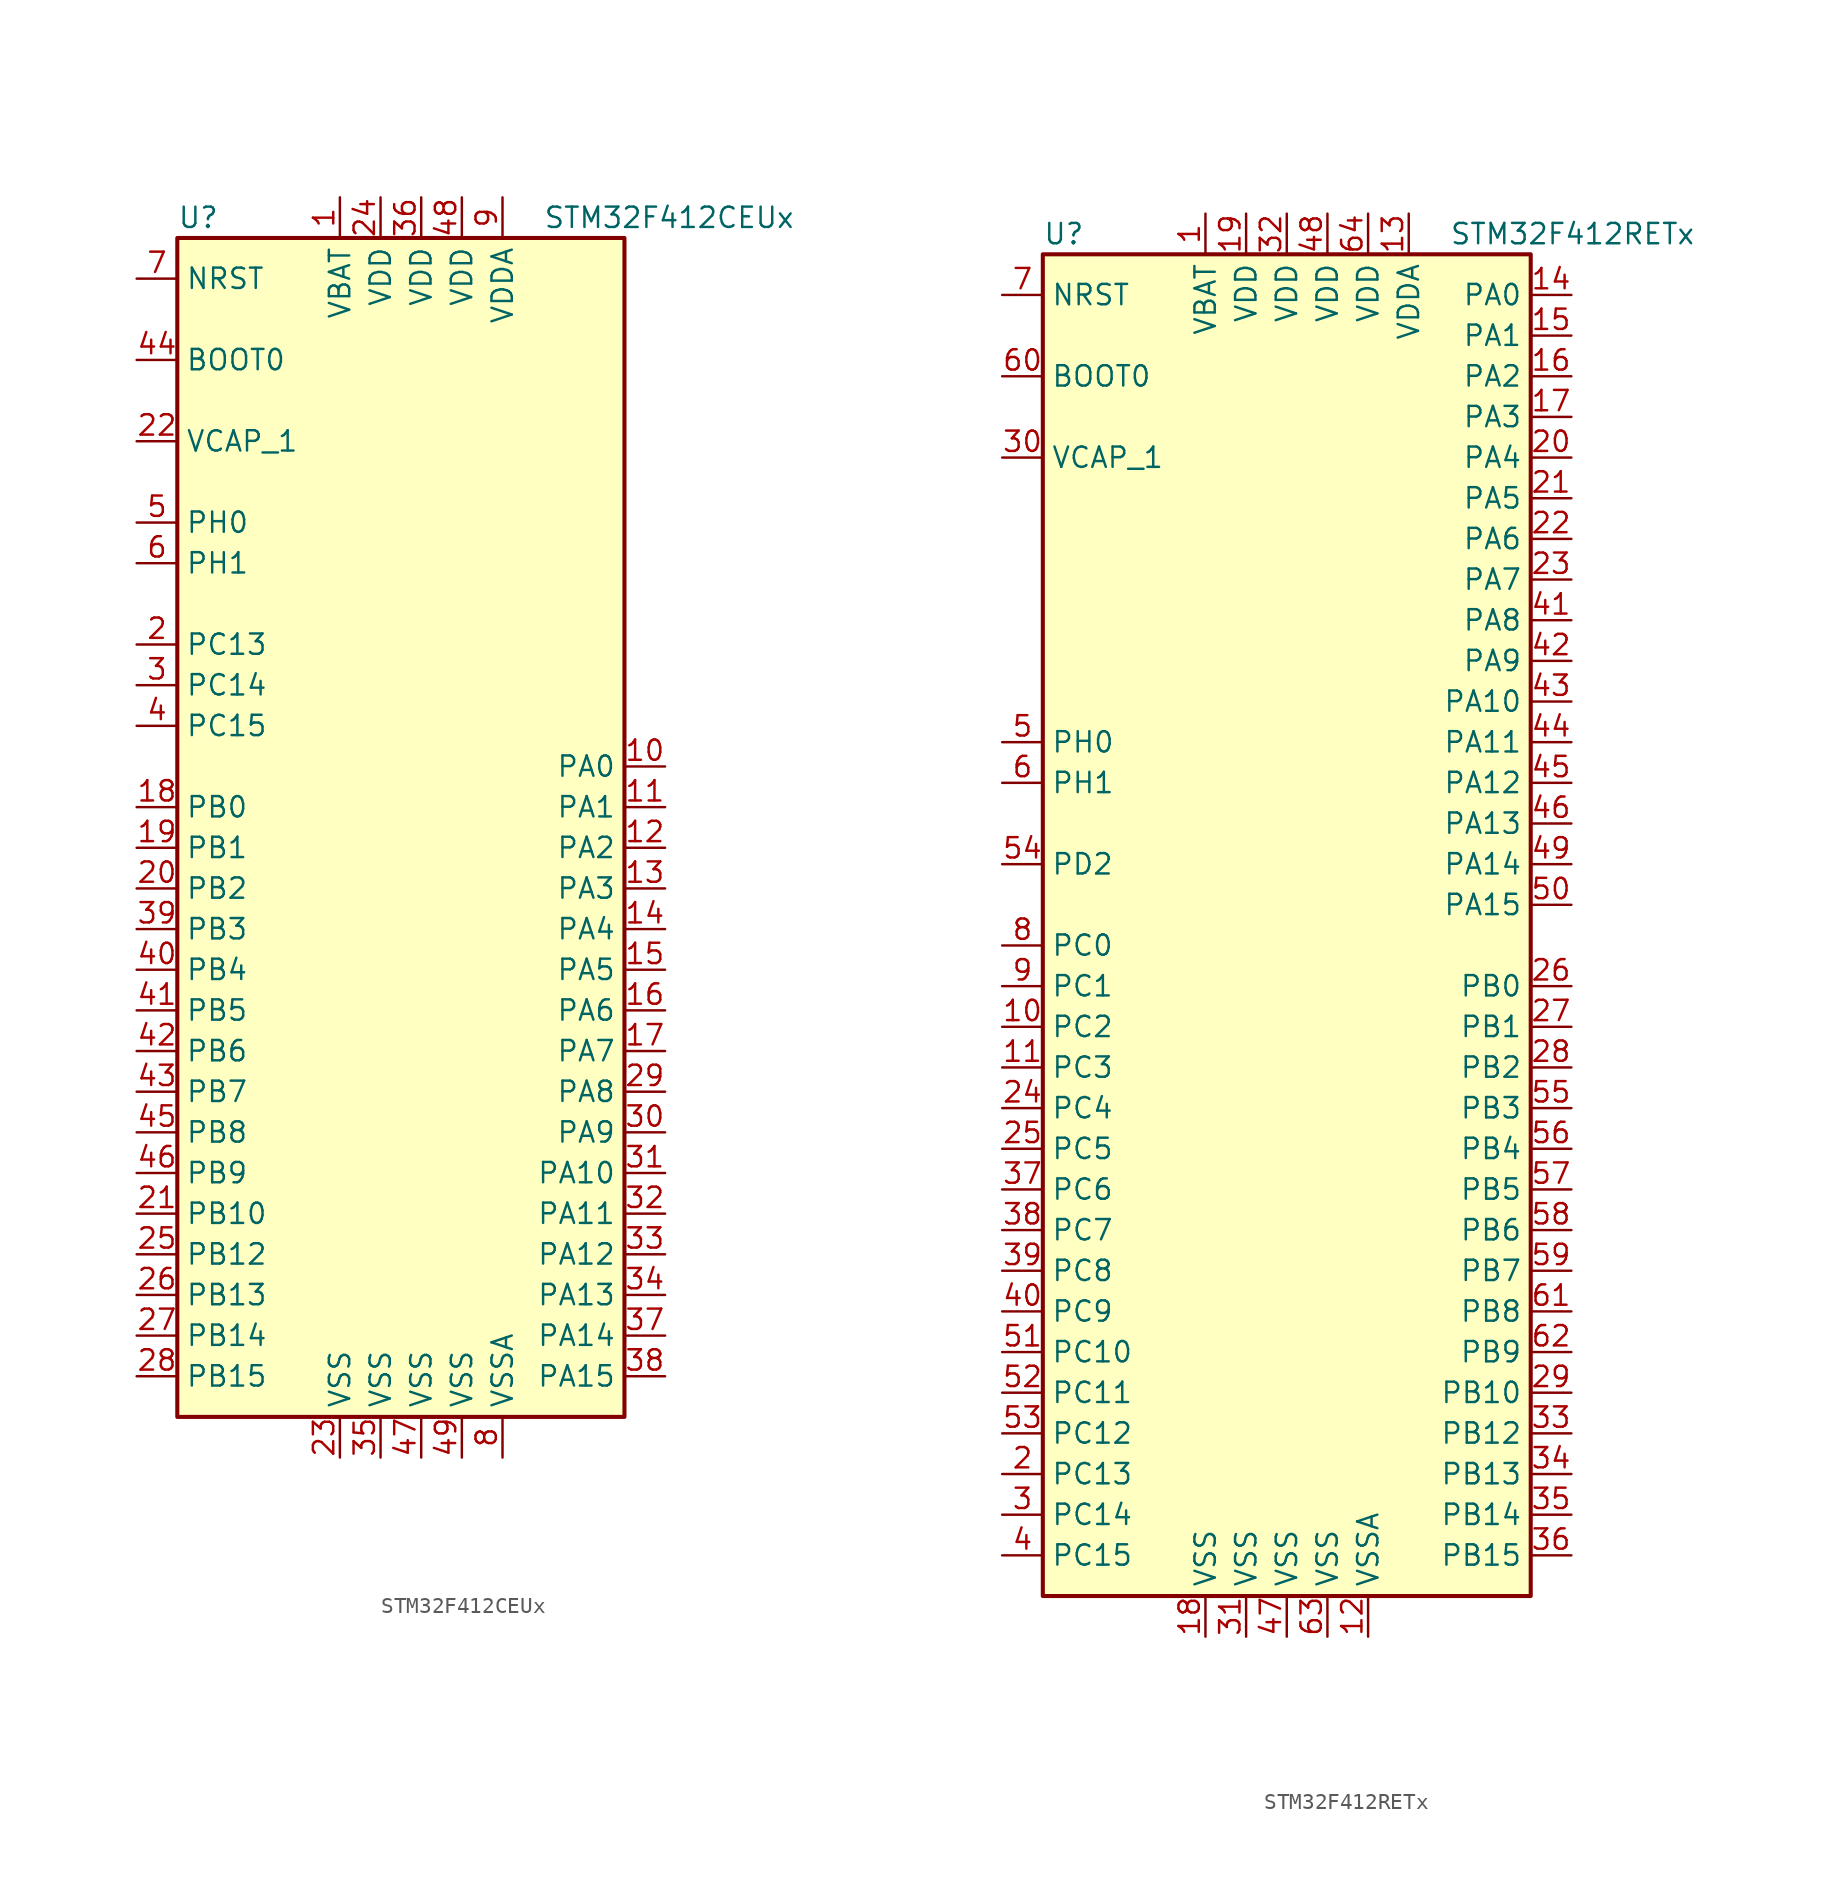
<source format=kicad_sym>
(kicad_symbol_lib
  (version 20201005)
  (generator kicad_symbol_editor)
  (symbol "STM32F412CEUx"
    (property "Reference" "U"
      (at -15.24 36.83 0)
      (effects (font (size 1.27 1.27)) (justify left)))
    (property "Value" "STM32F412CEUx"
      (at 7.62 36.83 0)
      (effects (font (size 1.27 1.27)) (justify left)))
    (symbol "STM32F412CEUx_0_1"
      (rectangle (start -15.24 -38.1) (end 12.7 35.56) (stroke (width 0.254)) (fill (type background))))
    (symbol "STM32F412CEUx_1_1"
      (pin power_in line (at -5.08 38.1 270) (length 2.54) (name "VBAT" (effects (font (size 1.27 1.27)))) (number "1" (effects (font (size 1.27 1.27)))))
      (pin bidirectional line (at 15.24 2.54 180) (length 2.54) (name "PA0" (effects (font (size 1.27 1.27)))) (number "10" (effects (font (size 1.27 1.27)))))
      (pin bidirectional line (at 15.24 0 180) (length 2.54) (name "PA1" (effects (font (size 1.27 1.27)))) (number "11" (effects (font (size 1.27 1.27)))))
      (pin bidirectional line (at 15.24 -2.54 180) (length 2.54) (name "PA2" (effects (font (size 1.27 1.27)))) (number "12" (effects (font (size 1.27 1.27)))))
      (pin bidirectional line (at 15.24 -5.08 180) (length 2.54) (name "PA3" (effects (font (size 1.27 1.27)))) (number "13" (effects (font (size 1.27 1.27)))))
      (pin bidirectional line (at 15.24 -7.62 180) (length 2.54) (name "PA4" (effects (font (size 1.27 1.27)))) (number "14" (effects (font (size 1.27 1.27)))))
      (pin bidirectional line (at 15.24 -10.16 180) (length 2.54) (name "PA5" (effects (font (size 1.27 1.27)))) (number "15" (effects (font (size 1.27 1.27)))))
      (pin bidirectional line (at 15.24 -12.7 180) (length 2.54) (name "PA6" (effects (font (size 1.27 1.27)))) (number "16" (effects (font (size 1.27 1.27)))))
      (pin bidirectional line (at 15.24 -15.24 180) (length 2.54) (name "PA7" (effects (font (size 1.27 1.27)))) (number "17" (effects (font (size 1.27 1.27)))))
      (pin bidirectional line (at -17.78 0 0) (length 2.54) (name "PB0" (effects (font (size 1.27 1.27)))) (number "18" (effects (font (size 1.27 1.27)))))
      (pin bidirectional line (at -17.78 -2.54 0) (length 2.54) (name "PB1" (effects (font (size 1.27 1.27)))) (number "19" (effects (font (size 1.27 1.27)))))
      (pin bidirectional line (at -17.78 10.16 0) (length 2.54) (name "PC13" (effects (font (size 1.27 1.27)))) (number "2" (effects (font (size 1.27 1.27)))))
      (pin bidirectional line (at -17.78 -5.08 0) (length 2.54) (name "PB2" (effects (font (size 1.27 1.27)))) (number "20" (effects (font (size 1.27 1.27)))))
      (pin bidirectional line (at -17.78 -25.4 0) (length 2.54) (name "PB10" (effects (font (size 1.27 1.27)))) (number "21" (effects (font (size 1.27 1.27)))))
      (pin power_in line (at -17.78 22.86 0) (length 2.54) (name "VCAP_1" (effects (font (size 1.27 1.27)))) (number "22" (effects (font (size 1.27 1.27)))))
      (pin power_in line (at -5.08 -40.64 90) (length 2.54) (name "VSS" (effects (font (size 1.27 1.27)))) (number "23" (effects (font (size 1.27 1.27)))))
      (pin power_in line (at -2.54 38.1 270) (length 2.54) (name "VDD" (effects (font (size 1.27 1.27)))) (number "24" (effects (font (size 1.27 1.27)))))
      (pin bidirectional line (at -17.78 -27.94 0) (length 2.54) (name "PB12" (effects (font (size 1.27 1.27)))) (number "25" (effects (font (size 1.27 1.27)))))
      (pin bidirectional line (at -17.78 -30.48 0) (length 2.54) (name "PB13" (effects (font (size 1.27 1.27)))) (number "26" (effects (font (size 1.27 1.27)))))
      (pin bidirectional line (at -17.78 -33.02 0) (length 2.54) (name "PB14" (effects (font (size 1.27 1.27)))) (number "27" (effects (font (size 1.27 1.27)))))
      (pin bidirectional line (at -17.78 -35.56 0) (length 2.54) (name "PB15" (effects (font (size 1.27 1.27)))) (number "28" (effects (font (size 1.27 1.27)))))
      (pin bidirectional line (at 15.24 -17.78 180) (length 2.54) (name "PA8" (effects (font (size 1.27 1.27)))) (number "29" (effects (font (size 1.27 1.27)))))
      (pin bidirectional line (at -17.78 7.62 0) (length 2.54) (name "PC14" (effects (font (size 1.27 1.27)))) (number "3" (effects (font (size 1.27 1.27)))))
      (pin bidirectional line (at 15.24 -20.32 180) (length 2.54) (name "PA9" (effects (font (size 1.27 1.27)))) (number "30" (effects (font (size 1.27 1.27)))))
      (pin bidirectional line (at 15.24 -22.86 180) (length 2.54) (name "PA10" (effects (font (size 1.27 1.27)))) (number "31" (effects (font (size 1.27 1.27)))))
      (pin bidirectional line (at 15.24 -25.4 180) (length 2.54) (name "PA11" (effects (font (size 1.27 1.27)))) (number "32" (effects (font (size 1.27 1.27)))))
      (pin bidirectional line (at 15.24 -27.94 180) (length 2.54) (name "PA12" (effects (font (size 1.27 1.27)))) (number "33" (effects (font (size 1.27 1.27)))))
      (pin bidirectional line (at 15.24 -30.48 180) (length 2.54) (name "PA13" (effects (font (size 1.27 1.27)))) (number "34" (effects (font (size 1.27 1.27)))))
      (pin power_in line (at -2.54 -40.64 90) (length 2.54) (name "VSS" (effects (font (size 1.27 1.27)))) (number "35" (effects (font (size 1.27 1.27)))))
      (pin power_in line (at 0 38.1 270) (length 2.54) (name "VDD" (effects (font (size 1.27 1.27)))) (number "36" (effects (font (size 1.27 1.27)))))
      (pin bidirectional line (at 15.24 -33.02 180) (length 2.54) (name "PA14" (effects (font (size 1.27 1.27)))) (number "37" (effects (font (size 1.27 1.27)))))
      (pin bidirectional line (at 15.24 -35.56 180) (length 2.54) (name "PA15" (effects (font (size 1.27 1.27)))) (number "38" (effects (font (size 1.27 1.27)))))
      (pin bidirectional line (at -17.78 -7.62 0) (length 2.54) (name "PB3" (effects (font (size 1.27 1.27)))) (number "39" (effects (font (size 1.27 1.27)))))
      (pin bidirectional line (at -17.78 5.08 0) (length 2.54) (name "PC15" (effects (font (size 1.27 1.27)))) (number "4" (effects (font (size 1.27 1.27)))))
      (pin bidirectional line (at -17.78 -10.16 0) (length 2.54) (name "PB4" (effects (font (size 1.27 1.27)))) (number "40" (effects (font (size 1.27 1.27)))))
      (pin bidirectional line (at -17.78 -12.7 0) (length 2.54) (name "PB5" (effects (font (size 1.27 1.27)))) (number "41" (effects (font (size 1.27 1.27)))))
      (pin bidirectional line (at -17.78 -15.24 0) (length 2.54) (name "PB6" (effects (font (size 1.27 1.27)))) (number "42" (effects (font (size 1.27 1.27)))))
      (pin bidirectional line (at -17.78 -17.78 0) (length 2.54) (name "PB7" (effects (font (size 1.27 1.27)))) (number "43" (effects (font (size 1.27 1.27)))))
      (pin input line (at -17.78 27.94 0) (length 2.54) (name "BOOT0" (effects (font (size 1.27 1.27)))) (number "44" (effects (font (size 1.27 1.27)))))
      (pin bidirectional line (at -17.78 -20.32 0) (length 2.54) (name "PB8" (effects (font (size 1.27 1.27)))) (number "45" (effects (font (size 1.27 1.27)))))
      (pin bidirectional line (at -17.78 -22.86 0) (length 2.54) (name "PB9" (effects (font (size 1.27 1.27)))) (number "46" (effects (font (size 1.27 1.27)))))
      (pin power_in line (at 0 -40.64 90) (length 2.54) (name "VSS" (effects (font (size 1.27 1.27)))) (number "47" (effects (font (size 1.27 1.27)))))
      (pin power_in line (at 2.54 38.1 270) (length 2.54) (name "VDD" (effects (font (size 1.27 1.27)))) (number "48" (effects (font (size 1.27 1.27)))))
      (pin power_in line (at 2.54 -40.64 90) (length 2.54) (name "VSS" (effects (font (size 1.27 1.27)))) (number "49" (effects (font (size 1.27 1.27)))))
      (pin input line (at -17.78 17.78 0) (length 2.54) (name "PH0" (effects (font (size 1.27 1.27)))) (number "5" (effects (font (size 1.27 1.27)))))
      (pin input line (at -17.78 15.24 0) (length 2.54) (name "PH1" (effects (font (size 1.27 1.27)))) (number "6" (effects (font (size 1.27 1.27)))))
      (pin input line (at -17.78 33.02 0) (length 2.54) (name "NRST" (effects (font (size 1.27 1.27)))) (number "7" (effects (font (size 1.27 1.27)))))
      (pin power_in line (at 5.08 -40.64 90) (length 2.54) (name "VSSA" (effects (font (size 1.27 1.27)))) (number "8" (effects (font (size 1.27 1.27)))))
      (pin power_in line (at 5.08 38.1 270) (length 2.54) (name "VDDA" (effects (font (size 1.27 1.27)))) (number "9" (effects (font (size 1.27 1.27)))))))
  (symbol "STM32F412RETx"
    (property "Reference" "U"
      (at -15.24 41.91 0)
      (effects (font (size 1.27 1.27)) (justify left)))
    (property "Value" "STM32F412RETx"
      (at 10.16 41.91 0)
      (effects (font (size 1.27 1.27)) (justify left)))
    (symbol "STM32F412RETx_0_1"
      (rectangle (start -15.24 -43.18) (end 15.24 40.64) (stroke (width 0.254)) (fill (type background))))
    (symbol "STM32F412RETx_1_1"
      (pin power_in line (at -5.08 43.18 270) (length 2.54) (name "VBAT" (effects (font (size 1.27 1.27)))) (number "1" (effects (font (size 1.27 1.27)))))
      (pin bidirectional line (at -17.78 -7.62 0) (length 2.54) (name "PC2" (effects (font (size 1.27 1.27)))) (number "10" (effects (font (size 1.27 1.27)))))
      (pin bidirectional line (at -17.78 -10.16 0) (length 2.54) (name "PC3" (effects (font (size 1.27 1.27)))) (number "11" (effects (font (size 1.27 1.27)))))
      (pin power_in line (at 5.08 -45.72 90) (length 2.54) (name "VSSA" (effects (font (size 1.27 1.27)))) (number "12" (effects (font (size 1.27 1.27)))))
      (pin power_in line (at 7.62 43.18 270) (length 2.54) (name "VDDA" (effects (font (size 1.27 1.27)))) (number "13" (effects (font (size 1.27 1.27)))))
      (pin bidirectional line (at 17.78 38.1 180) (length 2.54) (name "PA0" (effects (font (size 1.27 1.27)))) (number "14" (effects (font (size 1.27 1.27)))))
      (pin bidirectional line (at 17.78 35.56 180) (length 2.54) (name "PA1" (effects (font (size 1.27 1.27)))) (number "15" (effects (font (size 1.27 1.27)))))
      (pin bidirectional line (at 17.78 33.02 180) (length 2.54) (name "PA2" (effects (font (size 1.27 1.27)))) (number "16" (effects (font (size 1.27 1.27)))))
      (pin bidirectional line (at 17.78 30.48 180) (length 2.54) (name "PA3" (effects (font (size 1.27 1.27)))) (number "17" (effects (font (size 1.27 1.27)))))
      (pin power_in line (at -5.08 -45.72 90) (length 2.54) (name "VSS" (effects (font (size 1.27 1.27)))) (number "18" (effects (font (size 1.27 1.27)))))
      (pin power_in line (at -2.54 43.18 270) (length 2.54) (name "VDD" (effects (font (size 1.27 1.27)))) (number "19" (effects (font (size 1.27 1.27)))))
      (pin bidirectional line (at -17.78 -35.56 0) (length 2.54) (name "PC13" (effects (font (size 1.27 1.27)))) (number "2" (effects (font (size 1.27 1.27)))))
      (pin bidirectional line (at 17.78 27.94 180) (length 2.54) (name "PA4" (effects (font (size 1.27 1.27)))) (number "20" (effects (font (size 1.27 1.27)))))
      (pin bidirectional line (at 17.78 25.4 180) (length 2.54) (name "PA5" (effects (font (size 1.27 1.27)))) (number "21" (effects (font (size 1.27 1.27)))))
      (pin bidirectional line (at 17.78 22.86 180) (length 2.54) (name "PA6" (effects (font (size 1.27 1.27)))) (number "22" (effects (font (size 1.27 1.27)))))
      (pin bidirectional line (at 17.78 20.32 180) (length 2.54) (name "PA7" (effects (font (size 1.27 1.27)))) (number "23" (effects (font (size 1.27 1.27)))))
      (pin bidirectional line (at -17.78 -12.7 0) (length 2.54) (name "PC4" (effects (font (size 1.27 1.27)))) (number "24" (effects (font (size 1.27 1.27)))))
      (pin bidirectional line (at -17.78 -15.24 0) (length 2.54) (name "PC5" (effects (font (size 1.27 1.27)))) (number "25" (effects (font (size 1.27 1.27)))))
      (pin bidirectional line (at 17.78 -5.08 180) (length 2.54) (name "PB0" (effects (font (size 1.27 1.27)))) (number "26" (effects (font (size 1.27 1.27)))))
      (pin bidirectional line (at 17.78 -7.62 180) (length 2.54) (name "PB1" (effects (font (size 1.27 1.27)))) (number "27" (effects (font (size 1.27 1.27)))))
      (pin bidirectional line (at 17.78 -10.16 180) (length 2.54) (name "PB2" (effects (font (size 1.27 1.27)))) (number "28" (effects (font (size 1.27 1.27)))))
      (pin bidirectional line (at 17.78 -30.48 180) (length 2.54) (name "PB10" (effects (font (size 1.27 1.27)))) (number "29" (effects (font (size 1.27 1.27)))))
      (pin bidirectional line (at -17.78 -38.1 0) (length 2.54) (name "PC14" (effects (font (size 1.27 1.27)))) (number "3" (effects (font (size 1.27 1.27)))))
      (pin power_in line (at -17.78 27.94 0) (length 2.54) (name "VCAP_1" (effects (font (size 1.27 1.27)))) (number "30" (effects (font (size 1.27 1.27)))))
      (pin power_in line (at -2.54 -45.72 90) (length 2.54) (name "VSS" (effects (font (size 1.27 1.27)))) (number "31" (effects (font (size 1.27 1.27)))))
      (pin power_in line (at 0 43.18 270) (length 2.54) (name "VDD" (effects (font (size 1.27 1.27)))) (number "32" (effects (font (size 1.27 1.27)))))
      (pin bidirectional line (at 17.78 -33.02 180) (length 2.54) (name "PB12" (effects (font (size 1.27 1.27)))) (number "33" (effects (font (size 1.27 1.27)))))
      (pin bidirectional line (at 17.78 -35.56 180) (length 2.54) (name "PB13" (effects (font (size 1.27 1.27)))) (number "34" (effects (font (size 1.27 1.27)))))
      (pin bidirectional line (at 17.78 -38.1 180) (length 2.54) (name "PB14" (effects (font (size 1.27 1.27)))) (number "35" (effects (font (size 1.27 1.27)))))
      (pin bidirectional line (at 17.78 -40.64 180) (length 2.54) (name "PB15" (effects (font (size 1.27 1.27)))) (number "36" (effects (font (size 1.27 1.27)))))
      (pin bidirectional line (at -17.78 -17.78 0) (length 2.54) (name "PC6" (effects (font (size 1.27 1.27)))) (number "37" (effects (font (size 1.27 1.27)))))
      (pin bidirectional line (at -17.78 -20.32 0) (length 2.54) (name "PC7" (effects (font (size 1.27 1.27)))) (number "38" (effects (font (size 1.27 1.27)))))
      (pin bidirectional line (at -17.78 -22.86 0) (length 2.54) (name "PC8" (effects (font (size 1.27 1.27)))) (number "39" (effects (font (size 1.27 1.27)))))
      (pin bidirectional line (at -17.78 -40.64 0) (length 2.54) (name "PC15" (effects (font (size 1.27 1.27)))) (number "4" (effects (font (size 1.27 1.27)))))
      (pin bidirectional line (at -17.78 -25.4 0) (length 2.54) (name "PC9" (effects (font (size 1.27 1.27)))) (number "40" (effects (font (size 1.27 1.27)))))
      (pin bidirectional line (at 17.78 17.78 180) (length 2.54) (name "PA8" (effects (font (size 1.27 1.27)))) (number "41" (effects (font (size 1.27 1.27)))))
      (pin bidirectional line (at 17.78 15.24 180) (length 2.54) (name "PA9" (effects (font (size 1.27 1.27)))) (number "42" (effects (font (size 1.27 1.27)))))
      (pin bidirectional line (at 17.78 12.7 180) (length 2.54) (name "PA10" (effects (font (size 1.27 1.27)))) (number "43" (effects (font (size 1.27 1.27)))))
      (pin bidirectional line (at 17.78 10.16 180) (length 2.54) (name "PA11" (effects (font (size 1.27 1.27)))) (number "44" (effects (font (size 1.27 1.27)))))
      (pin bidirectional line (at 17.78 7.62 180) (length 2.54) (name "PA12" (effects (font (size 1.27 1.27)))) (number "45" (effects (font (size 1.27 1.27)))))
      (pin bidirectional line (at 17.78 5.08 180) (length 2.54) (name "PA13" (effects (font (size 1.27 1.27)))) (number "46" (effects (font (size 1.27 1.27)))))
      (pin power_in line (at 0 -45.72 90) (length 2.54) (name "VSS" (effects (font (size 1.27 1.27)))) (number "47" (effects (font (size 1.27 1.27)))))
      (pin power_in line (at 2.54 43.18 270) (length 2.54) (name "VDD" (effects (font (size 1.27 1.27)))) (number "48" (effects (font (size 1.27 1.27)))))
      (pin bidirectional line (at 17.78 2.54 180) (length 2.54) (name "PA14" (effects (font (size 1.27 1.27)))) (number "49" (effects (font (size 1.27 1.27)))))
      (pin input line (at -17.78 10.16 0) (length 2.54) (name "PH0" (effects (font (size 1.27 1.27)))) (number "5" (effects (font (size 1.27 1.27)))))
      (pin bidirectional line (at 17.78 0 180) (length 2.54) (name "PA15" (effects (font (size 1.27 1.27)))) (number "50" (effects (font (size 1.27 1.27)))))
      (pin bidirectional line (at -17.78 -27.94 0) (length 2.54) (name "PC10" (effects (font (size 1.27 1.27)))) (number "51" (effects (font (size 1.27 1.27)))))
      (pin bidirectional line (at -17.78 -30.48 0) (length 2.54) (name "PC11" (effects (font (size 1.27 1.27)))) (number "52" (effects (font (size 1.27 1.27)))))
      (pin bidirectional line (at -17.78 -33.02 0) (length 2.54) (name "PC12" (effects (font (size 1.27 1.27)))) (number "53" (effects (font (size 1.27 1.27)))))
      (pin bidirectional line (at -17.78 2.54 0) (length 2.54) (name "PD2" (effects (font (size 1.27 1.27)))) (number "54" (effects (font (size 1.27 1.27)))))
      (pin bidirectional line (at 17.78 -12.7 180) (length 2.54) (name "PB3" (effects (font (size 1.27 1.27)))) (number "55" (effects (font (size 1.27 1.27)))))
      (pin bidirectional line (at 17.78 -15.24 180) (length 2.54) (name "PB4" (effects (font (size 1.27 1.27)))) (number "56" (effects (font (size 1.27 1.27)))))
      (pin bidirectional line (at 17.78 -17.78 180) (length 2.54) (name "PB5" (effects (font (size 1.27 1.27)))) (number "57" (effects (font (size 1.27 1.27)))))
      (pin bidirectional line (at 17.78 -20.32 180) (length 2.54) (name "PB6" (effects (font (size 1.27 1.27)))) (number "58" (effects (font (size 1.27 1.27)))))
      (pin bidirectional line (at 17.78 -22.86 180) (length 2.54) (name "PB7" (effects (font (size 1.27 1.27)))) (number "59" (effects (font (size 1.27 1.27)))))
      (pin input line (at -17.78 7.62 0) (length 2.54) (name "PH1" (effects (font (size 1.27 1.27)))) (number "6" (effects (font (size 1.27 1.27)))))
      (pin input line (at -17.78 33.02 0) (length 2.54) (name "BOOT0" (effects (font (size 1.27 1.27)))) (number "60" (effects (font (size 1.27 1.27)))))
      (pin bidirectional line (at 17.78 -25.4 180) (length 2.54) (name "PB8" (effects (font (size 1.27 1.27)))) (number "61" (effects (font (size 1.27 1.27)))))
      (pin bidirectional line (at 17.78 -27.94 180) (length 2.54) (name "PB9" (effects (font (size 1.27 1.27)))) (number "62" (effects (font (size 1.27 1.27)))))
      (pin power_in line (at 2.54 -45.72 90) (length 2.54) (name "VSS" (effects (font (size 1.27 1.27)))) (number "63" (effects (font (size 1.27 1.27)))))
      (pin power_in line (at 5.08 43.18 270) (length 2.54) (name "VDD" (effects (font (size 1.27 1.27)))) (number "64" (effects (font (size 1.27 1.27)))))
      (pin input line (at -17.78 38.1 0) (length 2.54) (name "NRST" (effects (font (size 1.27 1.27)))) (number "7" (effects (font (size 1.27 1.27)))))
      (pin bidirectional line (at -17.78 -2.54 0) (length 2.54) (name "PC0" (effects (font (size 1.27 1.27)))) (number "8" (effects (font (size 1.27 1.27)))))
      (pin bidirectional line (at -17.78 -5.08 0) (length 2.54) (name "PC1" (effects (font (size 1.27 1.27)))) (number "9" (effects (font (size 1.27 1.27))))))))
</source>
